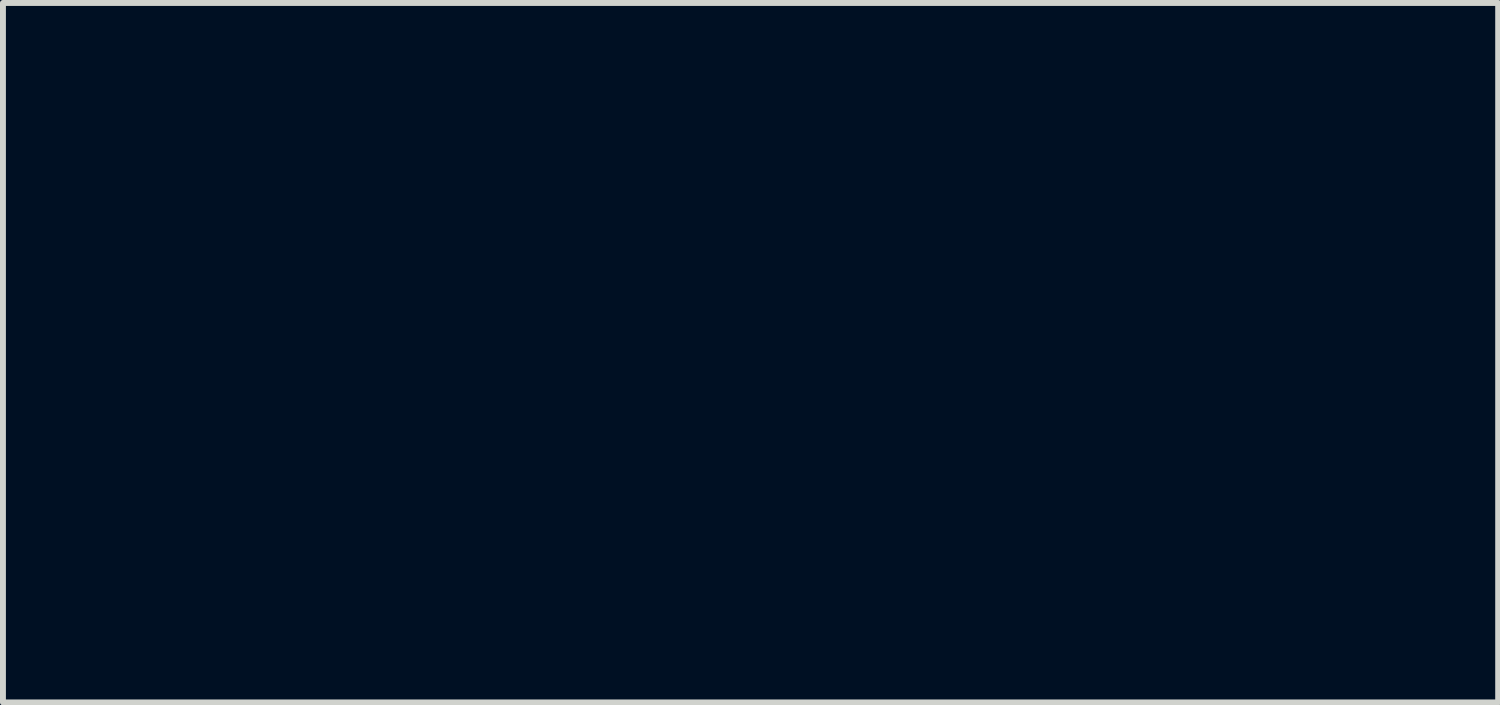
<source format=kicad_pcb>
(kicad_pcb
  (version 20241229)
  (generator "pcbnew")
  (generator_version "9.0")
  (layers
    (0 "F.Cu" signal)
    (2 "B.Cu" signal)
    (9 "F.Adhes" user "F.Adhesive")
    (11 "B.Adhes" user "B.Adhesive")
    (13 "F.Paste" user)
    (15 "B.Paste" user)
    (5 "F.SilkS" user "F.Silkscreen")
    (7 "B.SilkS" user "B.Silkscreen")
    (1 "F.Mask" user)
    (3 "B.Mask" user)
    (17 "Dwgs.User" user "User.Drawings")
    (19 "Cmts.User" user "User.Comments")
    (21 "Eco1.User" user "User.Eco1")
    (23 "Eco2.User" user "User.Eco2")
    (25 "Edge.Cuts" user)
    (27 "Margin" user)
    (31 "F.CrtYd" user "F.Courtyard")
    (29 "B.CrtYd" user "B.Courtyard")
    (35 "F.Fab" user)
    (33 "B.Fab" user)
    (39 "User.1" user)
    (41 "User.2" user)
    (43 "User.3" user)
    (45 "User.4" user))
  (footprint "logo_ruby-mask"
    (layer "F.Cu")
    (at 9.659 2.938)
    (property "Reference" "logo_ruby-mask" (at 0 0 0) (layer "F.Mask") (effects (font (size 1.524 1.524) (thickness 0.3))))
    (attr board_only exclude_from_pos_files exclude_from_bom)
    (fp_poly (pts (xy 2.575 -2.073) (xy 2.785 -1.806) (xy 2.969 -1.569) (xy 3.116 -1.377) (xy 3.216 -1.244) (xy 3.257 -1.182) (xy 3.258 -1.18) (xy 3.222 -1.128) (xy 3.123 -0.999) (xy 2.969 -0.806) (xy 2.769 -0.559) (xy 2.53 -0.267) (xy 2.263 0.059) (xy 1.975 0.408) (xy 1.675 0.771) (xy 1.372 1.136) (xy 1.074 1.493) (xy 0.791 1.832) (xy 0.53 2.142) (xy 0.3 2.413) (xy 0.11 2.635) (xy -0.031 2.797) (xy -0.115 2.889) (xy -0.134 2.906) (xy -0.207 2.874) (xy -0.305 2.779) (xy -0.317 2.764) (xy -0.379 2.689) (xy -0.506 2.539) (xy -0.69 2.324) (xy -0.923 2.054) (xy -1.196 1.737) (xy -1.5 1.384) (xy -1.828 1.005) (xy -1.994 0.813) (xy -2.327 0.429) (xy -2.636 0.07) (xy -2.915 -0.256) (xy -3.155 -0.538) (xy -3.349 -0.768) (xy -3.489 -0.937) (xy -3.551 -1.014) (xy -3.327 -1.014) (xy -3.11 -0.763) (xy -2.57 -0.137) (xy -2.084 0.424) (xy -1.656 0.917) (xy -1.286 1.34) (xy -0.979 1.69) (xy -0.735 1.965) (xy -0.557 2.161) (xy -0.448 2.277) (xy -0.409 2.309) (xy -0.423 2.25) (xy -0.467 2.096) (xy -0.538 1.863) (xy -0.631 1.562) (xy -0.743 1.208) (xy -0.869 0.813) (xy -0.923 0.646) (xy -1.449 -0.983) (xy -2.388 -0.999) (xy -2.465 -1) (xy -1.21 -1) (xy -1.209 -0.936) (xy -1.177 -0.788) (xy -1.121 -0.583) (xy -1.068 -0.413) (xy -0.866 0.222) (xy -0.694 0.756) (xy -0.551 1.198) (xy -0.433 1.557) (xy -0.339 1.838) (xy -0.265 2.05) (xy -0.209 2.201) (xy -0.168 2.299) (xy -0.139 2.35) (xy -0.12 2.362) (xy -0.113 2.355) (xy -0.087 2.283) (xy -0.085 2.276) (xy 0.122 2.276) (xy 0.152 2.253) (xy 0.243 2.154) (xy 0.387 1.99) (xy 0.575 1.772) (xy 0.798 1.511) (xy 1.046 1.218) (xy 1.31 0.904) (xy 1.581 0.58) (xy 1.85 0.257) (xy 2.107 -0.054) (xy 2.344 -0.342) (xy 2.551 -0.596) (xy 2.719 -0.805) (xy 2.839 -0.958) (xy 2.902 -1.045) (xy 2.908 -1.057) (xy 2.86 -1.069) (xy 2.718 -1.077) (xy 2.5 -1.082) (xy 2.224 -1.082) (xy 2.006 -1.079) (xy 1.09 -1.063) (xy 0.621 0.55) (xy 0.501 0.962) (xy 0.391 1.342) (xy 0.294 1.677) (xy 0.215 1.951) (xy 0.157 2.151) (xy 0.126 2.262) (xy 0.122 2.276) (xy -0.085 2.276) (xy -0.035 2.116) (xy 0.04 1.87) (xy 0.134 1.559) (xy 0.241 1.196) (xy 0.358 0.796) (xy 0.393 0.674) (xy 0.512 0.266) (xy 0.621 -0.109) (xy 0.717 -0.436) (xy 0.795 -0.702) (xy 0.852 -0.893) (xy 0.883 -0.994) (xy 0.887 -1.005) (xy 0.881 -1.032) (xy 0.831 -1.051) (xy 0.724 -1.062) (xy 0.545 -1.067) (xy 0.283 -1.066) (xy -0.077 -1.059) (xy -0.13 -1.058) (xy -0.461 -1.049) (xy -0.754 -1.038) (xy -0.988 -1.025) (xy -1.146 -1.012) (xy -1.21 -1) (xy -2.465 -1) (xy -3.327 -1.014) (xy -3.551 -1.014) (xy -3.567 -1.034) (xy -3.58 -1.054) (xy -3.557 -1.119) (xy -3.48 -1.25) (xy -3.274 -1.25) (xy -3.274 -1.223) (xy -3.214 -1.203) (xy -3.083 -1.19) (xy -2.867 -1.183) (xy -2.553 -1.18) (xy -2.483 -1.18) (xy -2.186 -1.183) (xy -1.932 -1.19) (xy -1.739 -1.201) (xy -1.629 -1.215) (xy -1.611 -1.222) (xy -1.614 -1.236) (xy -1.188 -1.236) (xy -0.201 -1.236) (xy 0.118 -1.238) (xy 0.395 -1.244) (xy 0.61 -1.252) (xy 0.746 -1.263) (xy 0.787 -1.274) (xy 0.779 -1.287) (xy 1.19 -1.287) (xy 1.238 -1.278) (xy 1.375 -1.272) (xy 1.578 -1.27) (xy 1.823 -1.272) (xy 2.089 -1.276) (xy 2.351 -1.283) (xy 2.587 -1.291) (xy 2.773 -1.302) (xy 2.886 -1.313) (xy 2.908 -1.319) (xy 2.882 -1.365) (xy 2.799 -1.478) (xy 2.675 -1.64) (xy 2.526 -1.832) (xy 2.365 -2.034) (xy 2.21 -2.228) (xy 2.073 -2.395) (xy 1.972 -2.515) (xy 1.92 -2.569) (xy 1.918 -2.57) (xy 1.883 -2.528) (xy 1.808 -2.409) (xy 1.704 -2.235) (xy 1.584 -2.027) (xy 1.462 -1.809) (xy 1.348 -1.601) (xy 1.256 -1.426) (xy 1.197 -1.305) (xy 1.19 -1.287) (xy 0.779 -1.287) (xy 0.755 -1.329) (xy 0.67 -1.452) (xy 0.546 -1.625) (xy 0.398 -1.826) (xy 0.241 -2.037) (xy 0.088 -2.238) (xy -0.044 -2.409) (xy -0.142 -2.531) (xy -0.191 -2.584) (xy -0.193 -2.585) (xy -0.233 -2.542) (xy -0.324 -2.426) (xy -0.453 -2.255) (xy -0.608 -2.047) (xy -0.773 -1.821) (xy -0.937 -1.593) (xy -1.06 -1.419) (xy -1.188 -1.236) (xy -1.614 -1.236) (xy -1.626 -1.284) (xy -1.685 -1.418) (xy -1.777 -1.603) (xy -1.888 -1.815) (xy -2.007 -2.033) (xy -2.121 -2.234) (xy -2.218 -2.395) (xy -2.287 -2.494) (xy -2.312 -2.514) (xy -2.356 -2.466) (xy -2.454 -2.345) (xy -2.591 -2.168) (xy -2.752 -1.952) (xy -2.783 -1.911) (xy -2.951 -1.684) (xy -3.098 -1.486) (xy -3.209 -1.336) (xy -3.27 -1.255) (xy -3.274 -1.25) (xy -3.48 -1.25) (xy -3.475 -1.258) (xy -3.344 -1.456) (xy -3.174 -1.699) (xy -2.975 -1.97) (xy -2.956 -1.996) (xy -2.479 -2.631) (xy -2.118 -2.631) (xy -1.755 -1.959) (xy -1.392 -1.288) (xy -1.138 -1.641) (xy -0.967 -1.877) (xy -0.779 -2.136) (xy -0.635 -2.332) (xy -0.387 -2.669) (xy 0.013 -2.669) (xy 0.495 -2.011) (xy 0.667 -1.78) (xy 0.816 -1.589) (xy 0.929 -1.451) (xy 0.995 -1.383) (xy 1.005 -1.379) (xy 1.041 -1.436) (xy 1.119 -1.572) (xy 1.229 -1.768) (xy 1.359 -2.004) (xy 1.378 -2.038) (xy 1.724 -2.669) (xy 1.314 -2.686) (xy 1.039 -2.692) (xy 0.723 -2.691) (xy 0.459 -2.686) (xy 0.013 -2.669) (xy -0.387 -2.669) (xy -0.573 -2.689) (xy -0.702 -2.693) (xy -0.913 -2.691) (xy -1.176 -2.682) (xy -1.438 -2.669) (xy -2.118 -2.631) (xy -2.479 -2.631) (xy -2.303 -2.866) (xy -0.795 -2.866) (xy -0.356 -2.867) (xy 0.081 -2.871) (xy 0.492 -2.877) (xy 0.855 -2.885) (xy 1.145 -2.894) (xy 1.302 -2.902) (xy 1.891 -2.938)) (stroke (width 0) (type solid)) (fill yes) (layer "F.Mask")))
  (gr_rect
    (start -3 -3)
    (end 22.319 8.844)
    (stroke (width 0.1) (type default))
    (fill no)
    (layer "Edge.Cuts")))
</source>
